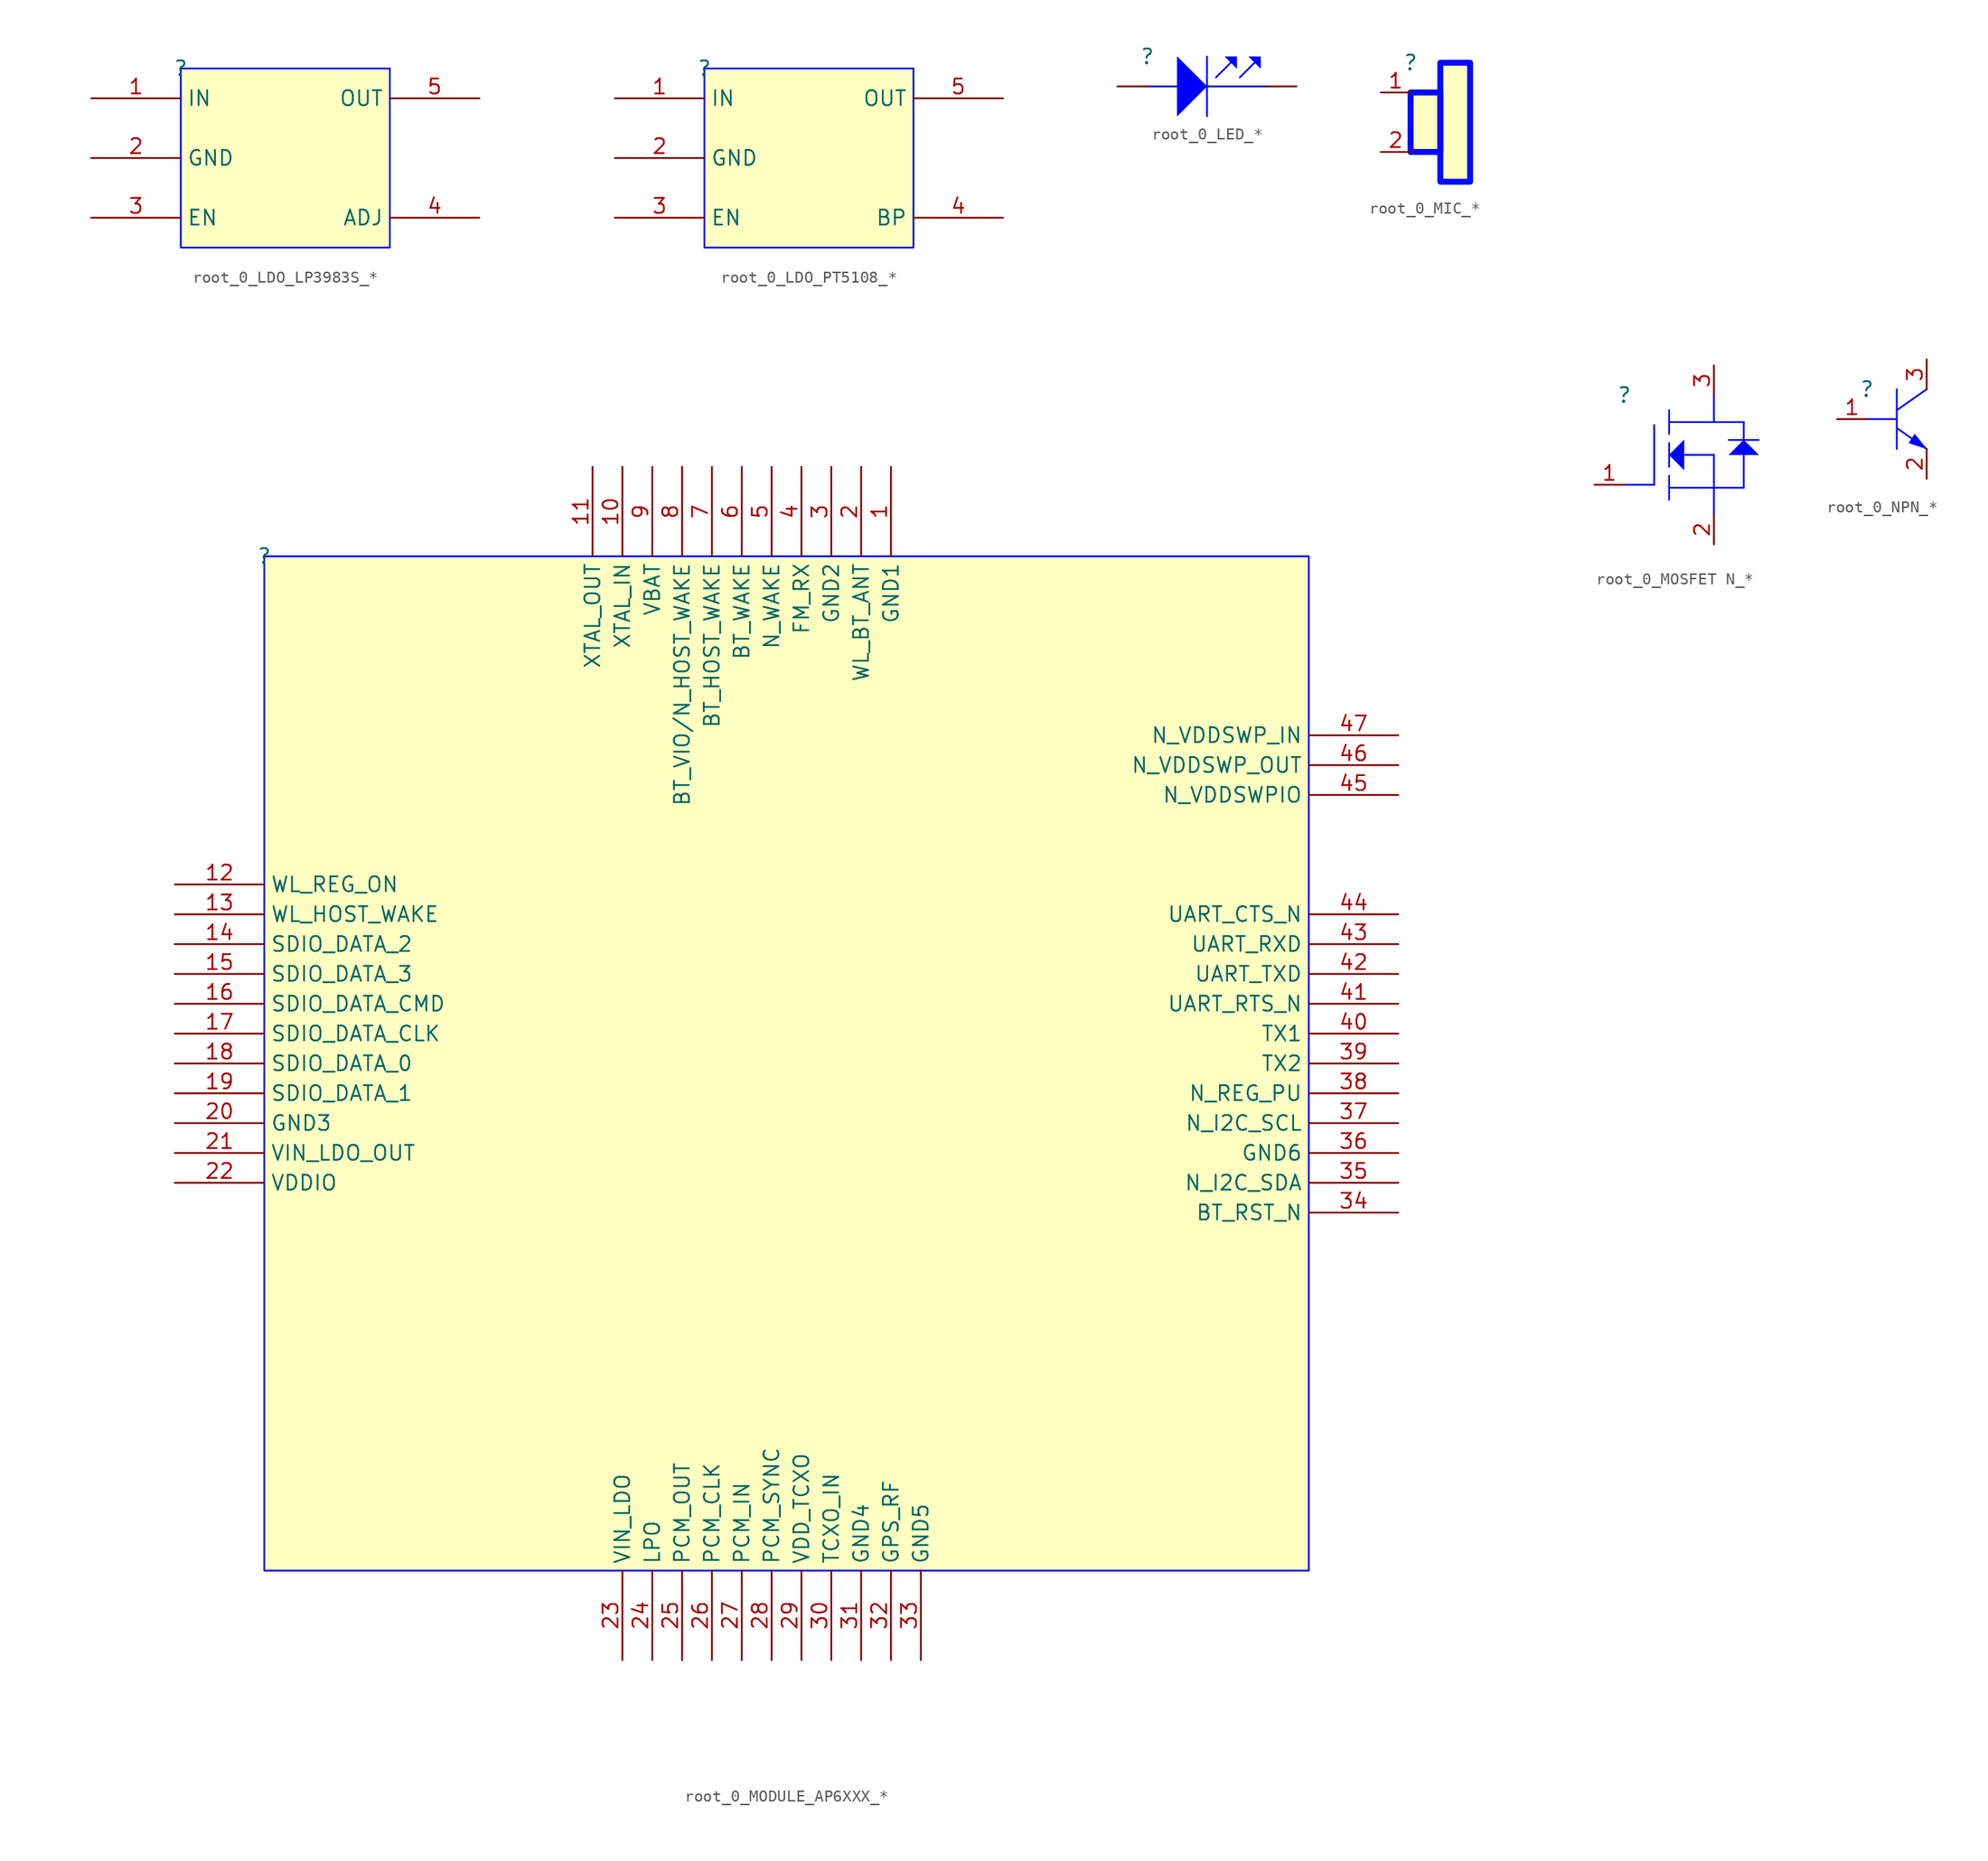
<source format=kicad_sym>
(kicad_symbol_lib
  (version 20241209)
  (generator "kicad_symbol_editor")
  (generator_version "9.0")
  (symbol "root_0_LDO_LP3983S_*"
    (property "Reference" ""
      (at 0 0 0)
      (effects (font (size 1.27 1.27))))
    (property "Value" ""
      (at 0 0 0)
      (effects (font (size 1.27 1.27))))
    (symbol "root_0_LDO_LP3983S_*_1_0"
      (rectangle (start 17.78 0) (end 0 -15.24) (stroke (width 0) (type solid) (color 0 11 255 1)) (fill (type background)))
      (pin passive line (at -7.62 -2.54 0) (length 7.62) (name "IN" (effects (font (size 1.27 1.27)))) (number "1" (effects (font (size 1.27 1.27)))))
      (pin passive line (at -7.62 -7.62 0) (length 7.62) (name "GND" (effects (font (size 1.27 1.27)))) (number "2" (effects (font (size 1.27 1.27)))))
      (pin passive line (at -7.62 -12.7 0) (length 7.62) (name "EN" (effects (font (size 1.27 1.27)))) (number "3" (effects (font (size 1.27 1.27)))))
      (pin passive line (at 25.4 -2.54 180) (length 7.62) (name "OUT" (effects (font (size 1.27 1.27)))) (number "5" (effects (font (size 1.27 1.27)))))
      (pin passive line (at 25.4 -12.7 180) (length 7.62) (name "ADJ" (effects (font (size 1.27 1.27)))) (number "4" (effects (font (size 1.27 1.27)))))))
  (symbol "root_0_LDO_PT5108_*"
    (property "Reference" ""
      (at 0 0 0)
      (effects (font (size 1.27 1.27))))
    (property "Value" ""
      (at 0 0 0)
      (effects (font (size 1.27 1.27))))
    (symbol "root_0_LDO_PT5108_*_1_0"
      (rectangle (start 17.78 0) (end 0 -15.24) (stroke (width 0) (type solid) (color 0 11 255 1)) (fill (type background)))
      (pin passive line (at -7.62 -2.54 0) (length 7.62) (name "IN" (effects (font (size 1.27 1.27)))) (number "1" (effects (font (size 1.27 1.27)))))
      (pin passive line (at -7.62 -7.62 0) (length 7.62) (name "GND" (effects (font (size 1.27 1.27)))) (number "2" (effects (font (size 1.27 1.27)))))
      (pin passive line (at -7.62 -12.7 0) (length 7.62) (name "EN" (effects (font (size 1.27 1.27)))) (number "3" (effects (font (size 1.27 1.27)))))
      (pin passive line (at 25.4 -2.54 180) (length 7.62) (name "OUT" (effects (font (size 1.27 1.27)))) (number "5" (effects (font (size 1.27 1.27)))))
      (pin passive line (at 25.4 -12.7 180) (length 7.62) (name "BP" (effects (font (size 1.27 1.27)))) (number "4" (effects (font (size 1.27 1.27)))))))
  (symbol "root_0_LED_*"
    (pin_numbers
      (hide yes))
    (pin_names
      (hide yes))
    (property "Reference" ""
      (at 0 0 0)
      (effects (font (size 1.27 1.27))))
    (property "Value" ""
      (at 0 0 0)
      (effects (font (size 1.27 1.27))))
    (symbol "root_0_LED_*_1_0"
      (polyline (pts (xy 0 -2.54) (xy 2.54 -2.54)) (stroke (width 0) (type solid) (color 0 11 255 1)) (fill (type none)))
      (polyline (pts (xy 2.54 0) (xy 2.54 -5.08) (xy 5.08 -2.54) (xy 2.54 0) (xy 2.54 0)) (stroke (width 0.025) (type solid) (color 0 11 255 1)) (fill (type color) (color 0 0 255 1)))
      (polyline (pts (xy 5.08 0) (xy 5.08 -5.08)) (stroke (width 0) (type solid) (color 0 11 255 1)) (fill (type none)))
      (polyline (pts (xy 5.08 -2.54) (xy 10.16 -2.54)) (stroke (width 0) (type solid) (color 0 11 255 1)) (fill (type none)))
      (polyline (pts (xy 6.604 0) (xy 7.62 0) (xy 7.62 -1.016) (xy 6.604 0) (xy 6.604 0)) (stroke (width 0.025) (type solid) (color 0 11 255 1)) (fill (type color) (color 0 0 255 1)))
      (polyline (pts (xy 7.112 -0.508) (xy 5.842 -1.778)) (stroke (width 0) (type solid) (color 0 11 255 1)) (fill (type none)))
      (polyline (pts (xy 9.144 -0.508) (xy 7.874 -1.778)) (stroke (width 0) (type solid) (color 0 11 255 1)) (fill (type none)))
      (polyline (pts (xy 9.652 0) (xy 8.636 0) (xy 9.652 -1.016) (xy 9.652 0) (xy 9.652 0)) (stroke (width 0.025) (type solid) (color 0 11 255 1)) (fill (type color) (color 0 0 255 1)))
      (pin passive line (at -2.54 -2.54 0) (length 2.54) (name "ANODE" (effects (font (size 1.27 1.27)))) (number "1" (effects (font (size 1.27 1.27)))))
      (pin passive line (at 12.7 -2.54 180) (length 2.54) (name "CATHODE" (effects (font (size 1.27 1.27)))) (number "2" (effects (font (size 1.27 1.27)))))))
  (symbol "root_0_MIC_*"
    (pin_names
      (hide yes))
    (property "Reference" ""
      (at 0 0 0)
      (effects (font (size 1.27 1.27))))
    (property "Value" ""
      (at 0 0 0)
      (effects (font (size 1.27 1.27))))
    (symbol "root_0_MIC_*_1_0"
      (rectangle (start 2.54 -2.54) (end 0 -7.62) (stroke (width 0.508) (type solid) (color 0 11 255 1)) (fill (type background)))
      (rectangle (start 5.08 0) (end 2.54 -10.16) (stroke (width 0.508) (type solid) (color 0 11 255 1)) (fill (type background)))
      (pin passive line (at -2.54 -2.54 0) (length 2.54) (name "1" (effects (font (size 1.27 1.27)))) (number "1" (effects (font (size 1.27 1.27)))))
      (pin passive line (at -2.54 -7.62 0) (length 2.54) (name "2" (effects (font (size 1.27 1.27)))) (number "2" (effects (font (size 1.27 1.27)))))))
  (symbol "root_0_MODULE_AP6XXX_*"
    (property "Reference" ""
      (at 0 0 0)
      (effects (font (size 1.27 1.27))))
    (property "Value" ""
      (at 0 0 0)
      (effects (font (size 1.27 1.27))))
    (symbol "root_0_MODULE_AP6XXX_*_1_0"
      (rectangle (start 88.9 0) (end 0 -86.36) (stroke (width 0) (type solid) (color 0 11 255 1)) (fill (type background)))
      (pin passive line (at -7.62 -27.94 0) (length 7.62) (name "WL_REG_ON" (effects (font (size 1.27 1.27)))) (number "12" (effects (font (size 1.27 1.27)))))
      (pin passive line (at -7.62 -30.48 0) (length 7.62) (name "WL_HOST_WAKE" (effects (font (size 1.27 1.27)))) (number "13" (effects (font (size 1.27 1.27)))))
      (pin passive line (at -7.62 -33.02 0) (length 7.62) (name "SDIO_DATA_2" (effects (font (size 1.27 1.27)))) (number "14" (effects (font (size 1.27 1.27)))))
      (pin passive line (at -7.62 -35.56 0) (length 7.62) (name "SDIO_DATA_3" (effects (font (size 1.27 1.27)))) (number "15" (effects (font (size 1.27 1.27)))))
      (pin passive line (at -7.62 -38.1 0) (length 7.62) (name "SDIO_DATA_CMD" (effects (font (size 1.27 1.27)))) (number "16" (effects (font (size 1.27 1.27)))))
      (pin passive line (at -7.62 -40.64 0) (length 7.62) (name "SDIO_DATA_CLK" (effects (font (size 1.27 1.27)))) (number "17" (effects (font (size 1.27 1.27)))))
      (pin passive line (at -7.62 -43.18 0) (length 7.62) (name "SDIO_DATA_0" (effects (font (size 1.27 1.27)))) (number "18" (effects (font (size 1.27 1.27)))))
      (pin passive line (at -7.62 -45.72 0) (length 7.62) (name "SDIO_DATA_1" (effects (font (size 1.27 1.27)))) (number "19" (effects (font (size 1.27 1.27)))))
      (pin passive line (at -7.62 -48.26 0) (length 7.62) (name "GND3" (effects (font (size 1.27 1.27)))) (number "20" (effects (font (size 1.27 1.27)))))
      (pin passive line (at -7.62 -50.8 0) (length 7.62) (name "VIN_LDO_OUT" (effects (font (size 1.27 1.27)))) (number "21" (effects (font (size 1.27 1.27)))))
      (pin passive line (at -7.62 -53.34 0) (length 7.62) (name "VDDIO" (effects (font (size 1.27 1.27)))) (number "22" (effects (font (size 1.27 1.27)))))
      (pin passive line (at 27.94 7.62 270) (length 7.62) (name "XTAL_OUT" (effects (font (size 1.27 1.27)))) (number "11" (effects (font (size 1.27 1.27)))))
      (pin passive line (at 30.48 7.62 270) (length 7.62) (name "XTAL_IN" (effects (font (size 1.27 1.27)))) (number "10" (effects (font (size 1.27 1.27)))))
      (pin passive line (at 30.48 -93.98 90) (length 7.62) (name "VIN_LDO" (effects (font (size 1.27 1.27)))) (number "23" (effects (font (size 1.27 1.27)))))
      (pin passive line (at 33.02 7.62 270) (length 7.62) (name "VBAT" (effects (font (size 1.27 1.27)))) (number "9" (effects (font (size 1.27 1.27)))))
      (pin passive line (at 33.02 -93.98 90) (length 7.62) (name "LPO" (effects (font (size 1.27 1.27)))) (number "24" (effects (font (size 1.27 1.27)))))
      (pin passive line (at 35.56 7.62 270) (length 7.62) (name "BT_VIO/N_HOST_WAKE" (effects (font (size 1.27 1.27)))) (number "8" (effects (font (size 1.27 1.27)))))
      (pin passive line (at 35.56 -93.98 90) (length 7.62) (name "PCM_OUT" (effects (font (size 1.27 1.27)))) (number "25" (effects (font (size 1.27 1.27)))))
      (pin passive line (at 38.1 7.62 270) (length 7.62) (name "BT_HOST_WAKE" (effects (font (size 1.27 1.27)))) (number "7" (effects (font (size 1.27 1.27)))))
      (pin passive line (at 38.1 -93.98 90) (length 7.62) (name "PCM_CLK" (effects (font (size 1.27 1.27)))) (number "26" (effects (font (size 1.27 1.27)))))
      (pin passive line (at 40.64 7.62 270) (length 7.62) (name "BT_WAKE" (effects (font (size 1.27 1.27)))) (number "6" (effects (font (size 1.27 1.27)))))
      (pin passive line (at 40.64 -93.98 90) (length 7.62) (name "PCM_IN" (effects (font (size 1.27 1.27)))) (number "27" (effects (font (size 1.27 1.27)))))
      (pin passive line (at 43.18 7.62 270) (length 7.62) (name "N_WAKE" (effects (font (size 1.27 1.27)))) (number "5" (effects (font (size 1.27 1.27)))))
      (pin passive line (at 43.18 -93.98 90) (length 7.62) (name "PCM_SYNC" (effects (font (size 1.27 1.27)))) (number "28" (effects (font (size 1.27 1.27)))))
      (pin passive line (at 45.72 7.62 270) (length 7.62) (name "FM_RX" (effects (font (size 1.27 1.27)))) (number "4" (effects (font (size 1.27 1.27)))))
      (pin passive line (at 45.72 -93.98 90) (length 7.62) (name "VDD_TCXO" (effects (font (size 1.27 1.27)))) (number "29" (effects (font (size 1.27 1.27)))))
      (pin passive line (at 48.26 7.62 270) (length 7.62) (name "GND2" (effects (font (size 1.27 1.27)))) (number "3" (effects (font (size 1.27 1.27)))))
      (pin passive line (at 48.26 -93.98 90) (length 7.62) (name "TCXO_IN" (effects (font (size 1.27 1.27)))) (number "30" (effects (font (size 1.27 1.27)))))
      (pin passive line (at 50.8 7.62 270) (length 7.62) (name "WL_BT_ANT" (effects (font (size 1.27 1.27)))) (number "2" (effects (font (size 1.27 1.27)))))
      (pin passive line (at 50.8 -93.98 90) (length 7.62) (name "GND4" (effects (font (size 1.27 1.27)))) (number "31" (effects (font (size 1.27 1.27)))))
      (pin passive line (at 53.34 7.62 270) (length 7.62) (name "GND1" (effects (font (size 1.27 1.27)))) (number "1" (effects (font (size 1.27 1.27)))))
      (pin passive line (at 53.34 -93.98 90) (length 7.62) (name "GPS_RF" (effects (font (size 1.27 1.27)))) (number "32" (effects (font (size 1.27 1.27)))))
      (pin passive line (at 55.88 -93.98 90) (length 7.62) (name "GND5" (effects (font (size 1.27 1.27)))) (number "33" (effects (font (size 1.27 1.27)))))
      (pin passive line (at 96.52 -15.24 180) (length 7.62) (name "N_VDDSWP_IN" (effects (font (size 1.27 1.27)))) (number "47" (effects (font (size 1.27 1.27)))))
      (pin passive line (at 96.52 -17.78 180) (length 7.62) (name "N_VDDSWP_OUT" (effects (font (size 1.27 1.27)))) (number "46" (effects (font (size 1.27 1.27)))))
      (pin passive line (at 96.52 -20.32 180) (length 7.62) (name "N_VDDSWPIO" (effects (font (size 1.27 1.27)))) (number "45" (effects (font (size 1.27 1.27)))))
      (pin passive line (at 96.52 -30.48 180) (length 7.62) (name "UART_CTS_N" (effects (font (size 1.27 1.27)))) (number "44" (effects (font (size 1.27 1.27)))))
      (pin passive line (at 96.52 -33.02 180) (length 7.62) (name "UART_RXD" (effects (font (size 1.27 1.27)))) (number "43" (effects (font (size 1.27 1.27)))))
      (pin passive line (at 96.52 -35.56 180) (length 7.62) (name "UART_TXD" (effects (font (size 1.27 1.27)))) (number "42" (effects (font (size 1.27 1.27)))))
      (pin passive line (at 96.52 -38.1 180) (length 7.62) (name "UART_RTS_N" (effects (font (size 1.27 1.27)))) (number "41" (effects (font (size 1.27 1.27)))))
      (pin passive line (at 96.52 -40.64 180) (length 7.62) (name "TX1" (effects (font (size 1.27 1.27)))) (number "40" (effects (font (size 1.27 1.27)))))
      (pin passive line (at 96.52 -43.18 180) (length 7.62) (name "TX2" (effects (font (size 1.27 1.27)))) (number "39" (effects (font (size 1.27 1.27)))))
      (pin passive line (at 96.52 -45.72 180) (length 7.62) (name "N_REG_PU" (effects (font (size 1.27 1.27)))) (number "38" (effects (font (size 1.27 1.27)))))
      (pin passive line (at 96.52 -48.26 180) (length 7.62) (name "N_I2C_SCL" (effects (font (size 1.27 1.27)))) (number "37" (effects (font (size 1.27 1.27)))))
      (pin passive line (at 96.52 -50.8 180) (length 7.62) (name "GND6" (effects (font (size 1.27 1.27)))) (number "36" (effects (font (size 1.27 1.27)))))
      (pin passive line (at 96.52 -53.34 180) (length 7.62) (name "N_I2C_SDA" (effects (font (size 1.27 1.27)))) (number "35" (effects (font (size 1.27 1.27)))))
      (pin passive line (at 96.52 -55.88 180) (length 7.62) (name "BT_RST_N" (effects (font (size 1.27 1.27)))) (number "34" (effects (font (size 1.27 1.27)))))))
  (symbol "root_0_MOSFET N_*"
    (pin_names
      (hide yes))
    (property "Reference" ""
      (at 0 0 0)
      (effects (font (size 1.27 1.27))))
    (property "Value" ""
      (at 0 0 0)
      (effects (font (size 1.27 1.27))))
    (symbol "root_0_MOSFET N_*_1_0"
      (polyline (pts (xy 2.54 -2.54) (xy 2.54 -7.62)) (stroke (width 0) (type solid) (color 0 11 255 1)) (fill (type none)))
      (polyline (pts (xy 2.54 -7.62) (xy 0 -7.62)) (stroke (width 0) (type solid) (color 0 11 255 1)) (fill (type none)))
      (polyline (pts (xy 3.81 -3.302) (xy 3.81 -1.27)) (stroke (width 0) (type solid) (color 0 11 255 1)) (fill (type none)))
      (polyline (pts (xy 3.81 -5.08) (xy 5.08 -3.81) (xy 5.08 -6.35) (xy 3.81 -5.08) (xy 3.81 -5.08)) (stroke (width 0.025) (type solid) (color 0 11 255 1)) (fill (type color) (color 0 0 255 1)))
      (polyline (pts (xy 3.81 -6.096) (xy 3.81 -4.064)) (stroke (width 0) (type solid) (color 0 11 255 1)) (fill (type none)))
      (polyline (pts (xy 3.81 -7.874) (xy 10.16 -7.874)) (stroke (width 0) (type solid) (color 0 11 255 1)) (fill (type none)))
      (polyline (pts (xy 3.81 -8.89) (xy 3.81 -6.858)) (stroke (width 0) (type solid) (color 0 11 255 1)) (fill (type none)))
      (polyline (pts (xy 5.08 -5.08) (xy 7.62 -5.08)) (stroke (width 0) (type solid) (color 0 11 255 1)) (fill (type none)))
      (polyline (pts (xy 7.62 0) (xy 7.62 -2.286)) (stroke (width 0) (type solid) (color 0 11 255 1)) (fill (type none)))
      (polyline (pts (xy 7.62 -5.08) (xy 7.62 -10.16)) (stroke (width 0) (type solid) (color 0 11 255 1)) (fill (type none)))
      (polyline (pts (xy 8.89 -3.81) (xy 11.43 -3.81)) (stroke (width 0) (type solid) (color 0 11 255 1)) (fill (type none)))
      (polyline (pts (xy 8.89 -5.08) (xy 11.43 -5.08) (xy 10.16 -3.81) (xy 8.89 -5.08) (xy 8.89 -5.08)) (stroke (width 0.025) (type solid) (color 0 11 255 1)) (fill (type color) (color 0 0 255 1)))
      (polyline (pts (xy 10.16 -2.286) (xy 3.81 -2.286)) (stroke (width 0) (type solid) (color 0 11 255 1)) (fill (type none)))
      (polyline (pts (xy 10.16 -3.81) (xy 10.16 -2.286)) (stroke (width 0) (type solid) (color 0 11 255 1)) (fill (type none)))
      (polyline (pts (xy 10.16 -7.874) (xy 10.16 -5.08)) (stroke (width 0) (type solid) (color 0 11 255 1)) (fill (type none)))
      (pin passive line (at -2.54 -7.62 0) (length 2.54) (name "GATE" (effects (font (size 1.27 1.27)))) (number "1" (effects (font (size 1.27 1.27)))))
      (pin passive line (at 7.62 2.54 270) (length 2.54) (name "DRAIN" (effects (font (size 1.27 1.27)))) (number "3" (effects (font (size 1.27 1.27)))))
      (pin passive line (at 7.62 -12.7 90) (length 2.54) (name "SOURCE" (effects (font (size 1.27 1.27)))) (number "2" (effects (font (size 1.27 1.27)))))))
  (symbol "root_0_NPN_*"
    (pin_names
      (hide yes))
    (property "Reference" ""
      (at 0 0 0)
      (effects (font (size 1.27 1.27))))
    (property "Value" ""
      (at 0 0 0)
      (effects (font (size 1.27 1.27))))
    (symbol "root_0_NPN_*_1_0"
      (polyline (pts (xy 2.54 0) (xy 2.54 -5.08)) (stroke (width 0) (type solid) (color 0 11 255 1)) (fill (type none)))
      (polyline (pts (xy 2.54 -2.54) (xy 0 -2.54)) (stroke (width 0) (type solid) (color 0 11 255 1)) (fill (type none)))
      (polyline (pts (xy 2.54 -3.302) (xy 5.08 -5.08)) (stroke (width 0) (type solid) (color 0 11 255 1)) (fill (type none)))
      (polyline (pts (xy 5.08 0) (xy 2.54 -1.778)) (stroke (width 0) (type solid) (color 0 11 255 1)) (fill (type none)))
      (polyline (pts (xy 5.08 -5.08) (xy 4.064 -3.81) (xy 3.556 -4.572) (xy 5.08 -5.08) (xy 5.08 -5.08)) (stroke (width 0.025) (type solid) (color 0 11 255 1)) (fill (type color) (color 0 0 255 1)))
      (pin passive line (at -2.54 -2.54 0) (length 2.54) (name "BASE" (effects (font (size 1.27 1.27)))) (number "1" (effects (font (size 1.27 1.27)))))
      (pin passive line (at 5.08 2.54 270) (length 2.54) (name "COLLECTOR" (effects (font (size 1.27 1.27)))) (number "3" (effects (font (size 1.27 1.27)))))
      (pin passive line (at 5.08 -7.62 90) (length 2.54) (name "EMITTER" (effects (font (size 1.27 1.27)))) (number "2" (effects (font (size 1.27 1.27))))))))
</source>
